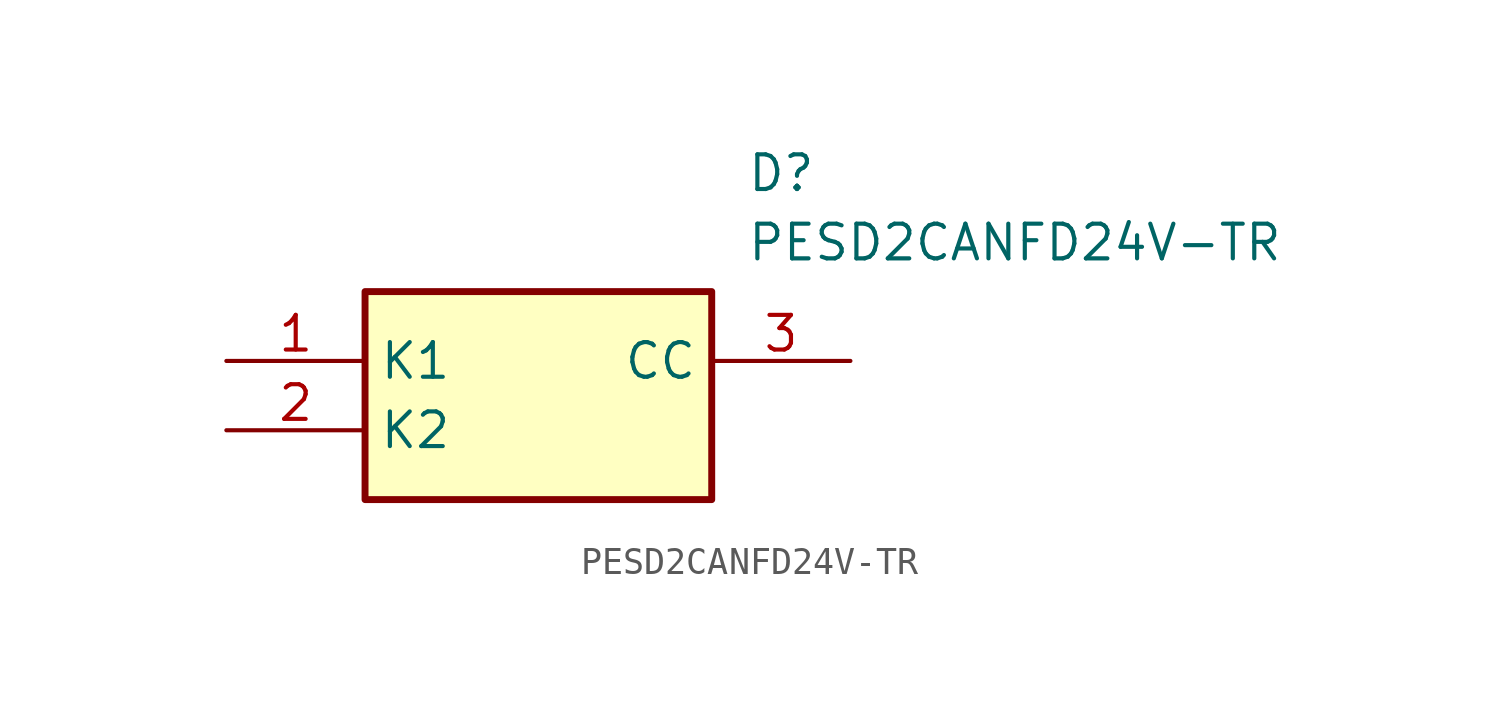
<source format=kicad_sym>
(kicad_symbol_lib
  (version 20211014)
  (generator SamacSys_ECAD_Model)
  (symbol "PESD2CANFD24V-TR"
    (property "Reference" "D"
      (at 19.05 7.62 0)
      (effects (font (size 1.27 1.27)) (justify left top)))
    (property "Value" "PESD2CANFD24V-TR"
      (at 19.05 5.08 0)
      (effects (font (size 1.27 1.27)) (justify left top)))
    (rectangle
      (start 5.08 2.54)
      (end 17.78 -5.08)
      (stroke (width 0.254) (type default))
      (fill (type background)))
    (pin passive line
      (at 0 0 0)
      (length 5.08)
      (name "K1" (effects (font (size 1.27 1.27))))
      (number "1" (effects (font (size 1.27 1.27)))))
    (pin passive line
      (at 0 -2.54 0)
      (length 5.08)
      (name "K2" (effects (font (size 1.27 1.27))))
      (number "2" (effects (font (size 1.27 1.27)))))
    (pin passive line
      (at 22.86 0 180)
      (length 5.08)
      (name "CC" (effects (font (size 1.27 1.27))))
      (number "3" (effects (font (size 1.27 1.27)))))))
</source>
